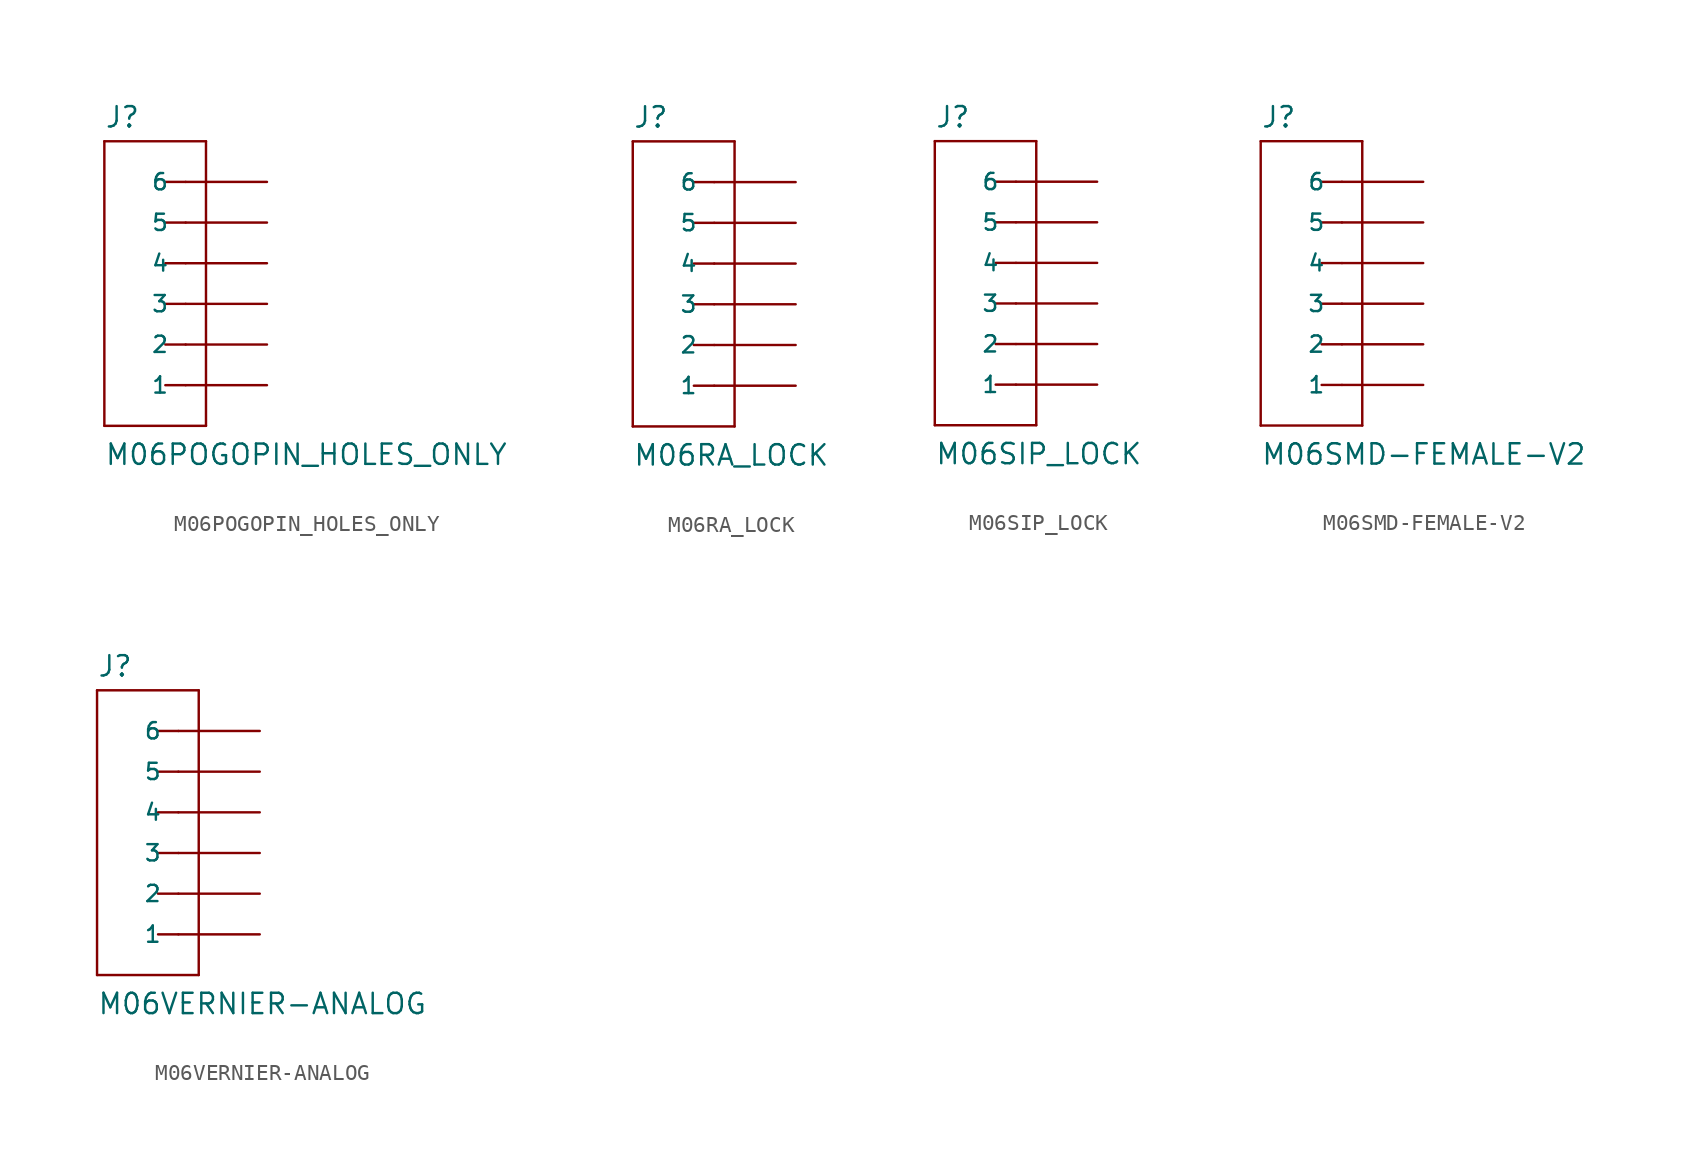
<source format=kicad_sym>
(kicad_symbol_lib
  (version 20211014)
  (generator kicad_symbol_editor)
  (symbol "M06POGOPIN_HOLES_ONLY"
    (pin_numbers hide)
    (pin_names
      (offset 1.016))
    (property "Reference" "J"
      (at -5.08 10.922 0)
      (effects (font (size 1.27 1.27)) (justify left bottom)))
    (property "Value" "M06POGOPIN_HOLES_ONLY"
      (at -5.08 -10.16 0)
      (effects (font (size 1.27 1.27)) (justify left bottom)))
    (property "Datasheet" ""
      (at 0 0 0)
      (effects (font (size 1.524 1.524))))
    (property "ki_locked" ""
      (at 0 0 0)
      (effects (font (size 1.27 1.27))))
    (symbol "M06POGOPIN_HOLES_ONLY_1_0"
      (polyline (pts (xy -5.08 10.16) (xy -5.08 -7.62)) (stroke (width 0) (type default) (color 0 0 0 0)) (fill (type none)))
      (polyline (pts (xy -5.08 10.16) (xy 1.27 10.16)) (stroke (width 0) (type default) (color 0 0 0 0)) (fill (type none)))
      (polyline (pts (xy -1.27 -5.08) (xy 0 -5.08)) (stroke (width 0) (type default) (color 0 0 0 0)) (fill (type none)))
      (polyline (pts (xy -1.27 -2.54) (xy 0 -2.54)) (stroke (width 0) (type default) (color 0 0 0 0)) (fill (type none)))
      (polyline (pts (xy -1.27 0) (xy 0 0)) (stroke (width 0) (type default) (color 0 0 0 0)) (fill (type none)))
      (polyline (pts (xy -1.27 2.54) (xy 0 2.54)) (stroke (width 0) (type default) (color 0 0 0 0)) (fill (type none)))
      (polyline (pts (xy -1.27 5.08) (xy 0 5.08)) (stroke (width 0) (type default) (color 0 0 0 0)) (fill (type none)))
      (polyline (pts (xy -1.27 7.62) (xy 0 7.62)) (stroke (width 0) (type default) (color 0 0 0 0)) (fill (type none)))
      (polyline (pts (xy 1.27 -7.62) (xy -5.08 -7.62)) (stroke (width 0) (type default) (color 0 0 0 0)) (fill (type none)))
      (polyline (pts (xy 1.27 -7.62) (xy 1.27 10.16)) (stroke (width 0) (type default) (color 0 0 0 0)) (fill (type none))))
    (symbol "M06POGOPIN_HOLES_ONLY_1_1"
      (pin passive line (at 5.08 -5.08 180) (length 5.08) (name "1" (effects (font (size 1.016 1.016)))) (number "1" (effects (font (size 1.016 1.016)))))
      (pin passive line (at 5.08 -2.54 180) (length 5.08) (name "2" (effects (font (size 1.016 1.016)))) (number "2" (effects (font (size 1.016 1.016)))))
      (pin passive line (at 5.08 0 180) (length 5.08) (name "3" (effects (font (size 1.016 1.016)))) (number "3" (effects (font (size 1.016 1.016)))))
      (pin passive line (at 5.08 2.54 180) (length 5.08) (name "4" (effects (font (size 1.016 1.016)))) (number "4" (effects (font (size 1.016 1.016)))))
      (pin passive line (at 5.08 5.08 180) (length 5.08) (name "5" (effects (font (size 1.016 1.016)))) (number "5" (effects (font (size 1.016 1.016)))))
      (pin passive line (at 5.08 7.62 180) (length 5.08) (name "6" (effects (font (size 1.016 1.016)))) (number "6" (effects (font (size 1.016 1.016)))))))
  (symbol "M06RA_LOCK"
    (pin_numbers hide)
    (pin_names
      (offset 1.016))
    (property "Reference" "J"
      (at -5.08 10.922 0)
      (effects (font (size 1.27 1.27)) (justify left bottom)))
    (property "Value" "M06RA_LOCK"
      (at -5.08 -10.16 0)
      (effects (font (size 1.27 1.27)) (justify left bottom)))
    (property "Datasheet" ""
      (at 0 0 0)
      (effects (font (size 1.524 1.524))))
    (property "ki_locked" ""
      (at 0 0 0)
      (effects (font (size 1.27 1.27))))
    (symbol "M06RA_LOCK_1_0"
      (polyline (pts (xy -5.08 10.16) (xy -5.08 -7.62)) (stroke (width 0) (type default) (color 0 0 0 0)) (fill (type none)))
      (polyline (pts (xy -5.08 10.16) (xy 1.27 10.16)) (stroke (width 0) (type default) (color 0 0 0 0)) (fill (type none)))
      (polyline (pts (xy -1.27 -5.08) (xy 0 -5.08)) (stroke (width 0) (type default) (color 0 0 0 0)) (fill (type none)))
      (polyline (pts (xy -1.27 -2.54) (xy 0 -2.54)) (stroke (width 0) (type default) (color 0 0 0 0)) (fill (type none)))
      (polyline (pts (xy -1.27 0) (xy 0 0)) (stroke (width 0) (type default) (color 0 0 0 0)) (fill (type none)))
      (polyline (pts (xy -1.27 2.54) (xy 0 2.54)) (stroke (width 0) (type default) (color 0 0 0 0)) (fill (type none)))
      (polyline (pts (xy -1.27 5.08) (xy 0 5.08)) (stroke (width 0) (type default) (color 0 0 0 0)) (fill (type none)))
      (polyline (pts (xy -1.27 7.62) (xy 0 7.62)) (stroke (width 0) (type default) (color 0 0 0 0)) (fill (type none)))
      (polyline (pts (xy 1.27 -7.62) (xy -5.08 -7.62)) (stroke (width 0) (type default) (color 0 0 0 0)) (fill (type none)))
      (polyline (pts (xy 1.27 -7.62) (xy 1.27 10.16)) (stroke (width 0) (type default) (color 0 0 0 0)) (fill (type none))))
    (symbol "M06RA_LOCK_1_1"
      (pin passive line (at 5.08 -5.08 180) (length 5.08) (name "1" (effects (font (size 1.016 1.016)))) (number "1" (effects (font (size 1.016 1.016)))))
      (pin passive line (at 5.08 -2.54 180) (length 5.08) (name "2" (effects (font (size 1.016 1.016)))) (number "2" (effects (font (size 1.016 1.016)))))
      (pin passive line (at 5.08 0 180) (length 5.08) (name "3" (effects (font (size 1.016 1.016)))) (number "3" (effects (font (size 1.016 1.016)))))
      (pin passive line (at 5.08 2.54 180) (length 5.08) (name "4" (effects (font (size 1.016 1.016)))) (number "4" (effects (font (size 1.016 1.016)))))
      (pin passive line (at 5.08 5.08 180) (length 5.08) (name "5" (effects (font (size 1.016 1.016)))) (number "5" (effects (font (size 1.016 1.016)))))
      (pin passive line (at 5.08 7.62 180) (length 5.08) (name "6" (effects (font (size 1.016 1.016)))) (number "6" (effects (font (size 1.016 1.016)))))))
  (symbol "M06SIP_LOCK"
    (pin_numbers hide)
    (pin_names
      (offset 1.016))
    (property "Reference" "J"
      (at -5.08 10.922 0)
      (effects (font (size 1.27 1.27)) (justify left bottom)))
    (property "Value" "M06SIP_LOCK"
      (at -5.08 -10.16 0)
      (effects (font (size 1.27 1.27)) (justify left bottom)))
    (property "Datasheet" ""
      (at 0 0 0)
      (effects (font (size 1.524 1.524))))
    (property "ki_locked" ""
      (at 0 0 0)
      (effects (font (size 1.27 1.27))))
    (symbol "M06SIP_LOCK_1_0"
      (polyline (pts (xy -5.08 10.16) (xy -5.08 -7.62)) (stroke (width 0) (type default) (color 0 0 0 0)) (fill (type none)))
      (polyline (pts (xy -5.08 10.16) (xy 1.27 10.16)) (stroke (width 0) (type default) (color 0 0 0 0)) (fill (type none)))
      (polyline (pts (xy -1.27 -5.08) (xy 0 -5.08)) (stroke (width 0) (type default) (color 0 0 0 0)) (fill (type none)))
      (polyline (pts (xy -1.27 -2.54) (xy 0 -2.54)) (stroke (width 0) (type default) (color 0 0 0 0)) (fill (type none)))
      (polyline (pts (xy -1.27 0) (xy 0 0)) (stroke (width 0) (type default) (color 0 0 0 0)) (fill (type none)))
      (polyline (pts (xy -1.27 2.54) (xy 0 2.54)) (stroke (width 0) (type default) (color 0 0 0 0)) (fill (type none)))
      (polyline (pts (xy -1.27 5.08) (xy 0 5.08)) (stroke (width 0) (type default) (color 0 0 0 0)) (fill (type none)))
      (polyline (pts (xy -1.27 7.62) (xy 0 7.62)) (stroke (width 0) (type default) (color 0 0 0 0)) (fill (type none)))
      (polyline (pts (xy 1.27 -7.62) (xy -5.08 -7.62)) (stroke (width 0) (type default) (color 0 0 0 0)) (fill (type none)))
      (polyline (pts (xy 1.27 -7.62) (xy 1.27 10.16)) (stroke (width 0) (type default) (color 0 0 0 0)) (fill (type none))))
    (symbol "M06SIP_LOCK_1_1"
      (pin passive line (at 5.08 -5.08 180) (length 5.08) (name "1" (effects (font (size 1.016 1.016)))) (number "1" (effects (font (size 1.016 1.016)))))
      (pin passive line (at 5.08 -2.54 180) (length 5.08) (name "2" (effects (font (size 1.016 1.016)))) (number "2" (effects (font (size 1.016 1.016)))))
      (pin passive line (at 5.08 0 180) (length 5.08) (name "3" (effects (font (size 1.016 1.016)))) (number "3" (effects (font (size 1.016 1.016)))))
      (pin passive line (at 5.08 2.54 180) (length 5.08) (name "4" (effects (font (size 1.016 1.016)))) (number "4" (effects (font (size 1.016 1.016)))))
      (pin passive line (at 5.08 5.08 180) (length 5.08) (name "5" (effects (font (size 1.016 1.016)))) (number "5" (effects (font (size 1.016 1.016)))))
      (pin passive line (at 5.08 7.62 180) (length 5.08) (name "6" (effects (font (size 1.016 1.016)))) (number "6" (effects (font (size 1.016 1.016)))))))
  (symbol "M06SMD-FEMALE-V2"
    (pin_numbers hide)
    (pin_names
      (offset 1.016))
    (property "Reference" "J"
      (at -5.08 10.922 0)
      (effects (font (size 1.27 1.27)) (justify left bottom)))
    (property "Value" "M06SMD-FEMALE-V2"
      (at -5.08 -10.16 0)
      (effects (font (size 1.27 1.27)) (justify left bottom)))
    (property "Datasheet" ""
      (at 0 0 0)
      (effects (font (size 1.524 1.524))))
    (property "ki_locked" ""
      (at 0 0 0)
      (effects (font (size 1.27 1.27))))
    (symbol "M06SMD-FEMALE-V2_1_0"
      (polyline (pts (xy -5.08 10.16) (xy -5.08 -7.62)) (stroke (width 0) (type default) (color 0 0 0 0)) (fill (type none)))
      (polyline (pts (xy -5.08 10.16) (xy 1.27 10.16)) (stroke (width 0) (type default) (color 0 0 0 0)) (fill (type none)))
      (polyline (pts (xy -1.27 -5.08) (xy 0 -5.08)) (stroke (width 0) (type default) (color 0 0 0 0)) (fill (type none)))
      (polyline (pts (xy -1.27 -2.54) (xy 0 -2.54)) (stroke (width 0) (type default) (color 0 0 0 0)) (fill (type none)))
      (polyline (pts (xy -1.27 0) (xy 0 0)) (stroke (width 0) (type default) (color 0 0 0 0)) (fill (type none)))
      (polyline (pts (xy -1.27 2.54) (xy 0 2.54)) (stroke (width 0) (type default) (color 0 0 0 0)) (fill (type none)))
      (polyline (pts (xy -1.27 5.08) (xy 0 5.08)) (stroke (width 0) (type default) (color 0 0 0 0)) (fill (type none)))
      (polyline (pts (xy -1.27 7.62) (xy 0 7.62)) (stroke (width 0) (type default) (color 0 0 0 0)) (fill (type none)))
      (polyline (pts (xy 1.27 -7.62) (xy -5.08 -7.62)) (stroke (width 0) (type default) (color 0 0 0 0)) (fill (type none)))
      (polyline (pts (xy 1.27 -7.62) (xy 1.27 10.16)) (stroke (width 0) (type default) (color 0 0 0 0)) (fill (type none))))
    (symbol "M06SMD-FEMALE-V2_1_1"
      (pin passive line (at 5.08 -5.08 180) (length 5.08) (name "1" (effects (font (size 1.016 1.016)))) (number "1" (effects (font (size 1.016 1.016)))))
      (pin passive line (at 5.08 -2.54 180) (length 5.08) (name "2" (effects (font (size 1.016 1.016)))) (number "2" (effects (font (size 1.016 1.016)))))
      (pin passive line (at 5.08 0 180) (length 5.08) (name "3" (effects (font (size 1.016 1.016)))) (number "3" (effects (font (size 1.016 1.016)))))
      (pin passive line (at 5.08 2.54 180) (length 5.08) (name "4" (effects (font (size 1.016 1.016)))) (number "4" (effects (font (size 1.016 1.016)))))
      (pin passive line (at 5.08 5.08 180) (length 5.08) (name "5" (effects (font (size 1.016 1.016)))) (number "5" (effects (font (size 1.016 1.016)))))
      (pin passive line (at 5.08 7.62 180) (length 5.08) (name "6" (effects (font (size 1.016 1.016)))) (number "6" (effects (font (size 1.016 1.016)))))))
  (symbol "M06VERNIER-ANALOG"
    (pin_numbers hide)
    (pin_names
      (offset 1.016))
    (property "Reference" "J"
      (at -5.08 10.922 0)
      (effects (font (size 1.27 1.27)) (justify left bottom)))
    (property "Value" "M06VERNIER-ANALOG"
      (at -5.08 -10.16 0)
      (effects (font (size 1.27 1.27)) (justify left bottom)))
    (property "Datasheet" ""
      (at 0 0 0)
      (effects (font (size 1.524 1.524))))
    (property "ki_locked" ""
      (at 0 0 0)
      (effects (font (size 1.27 1.27))))
    (symbol "M06VERNIER-ANALOG_1_0"
      (polyline (pts (xy -5.08 10.16) (xy -5.08 -7.62)) (stroke (width 0) (type default) (color 0 0 0 0)) (fill (type none)))
      (polyline (pts (xy -5.08 10.16) (xy 1.27 10.16)) (stroke (width 0) (type default) (color 0 0 0 0)) (fill (type none)))
      (polyline (pts (xy -1.27 -5.08) (xy 0 -5.08)) (stroke (width 0) (type default) (color 0 0 0 0)) (fill (type none)))
      (polyline (pts (xy -1.27 -2.54) (xy 0 -2.54)) (stroke (width 0) (type default) (color 0 0 0 0)) (fill (type none)))
      (polyline (pts (xy -1.27 0) (xy 0 0)) (stroke (width 0) (type default) (color 0 0 0 0)) (fill (type none)))
      (polyline (pts (xy -1.27 2.54) (xy 0 2.54)) (stroke (width 0) (type default) (color 0 0 0 0)) (fill (type none)))
      (polyline (pts (xy -1.27 5.08) (xy 0 5.08)) (stroke (width 0) (type default) (color 0 0 0 0)) (fill (type none)))
      (polyline (pts (xy -1.27 7.62) (xy 0 7.62)) (stroke (width 0) (type default) (color 0 0 0 0)) (fill (type none)))
      (polyline (pts (xy 1.27 -7.62) (xy -5.08 -7.62)) (stroke (width 0) (type default) (color 0 0 0 0)) (fill (type none)))
      (polyline (pts (xy 1.27 -7.62) (xy 1.27 10.16)) (stroke (width 0) (type default) (color 0 0 0 0)) (fill (type none))))
    (symbol "M06VERNIER-ANALOG_1_1"
      (pin passive line (at 5.08 -5.08 180) (length 5.08) (name "1" (effects (font (size 1.016 1.016)))) (number "1" (effects (font (size 1.016 1.016)))))
      (pin passive line (at 5.08 -2.54 180) (length 5.08) (name "2" (effects (font (size 1.016 1.016)))) (number "2" (effects (font (size 1.016 1.016)))))
      (pin passive line (at 5.08 0 180) (length 5.08) (name "3" (effects (font (size 1.016 1.016)))) (number "3" (effects (font (size 1.016 1.016)))))
      (pin passive line (at 5.08 2.54 180) (length 5.08) (name "4" (effects (font (size 1.016 1.016)))) (number "4" (effects (font (size 1.016 1.016)))))
      (pin passive line (at 5.08 5.08 180) (length 5.08) (name "5" (effects (font (size 1.016 1.016)))) (number "5" (effects (font (size 1.016 1.016)))))
      (pin passive line (at 5.08 7.62 180) (length 5.08) (name "6" (effects (font (size 1.016 1.016)))) (number "6" (effects (font (size 1.016 1.016))))))))
</source>
